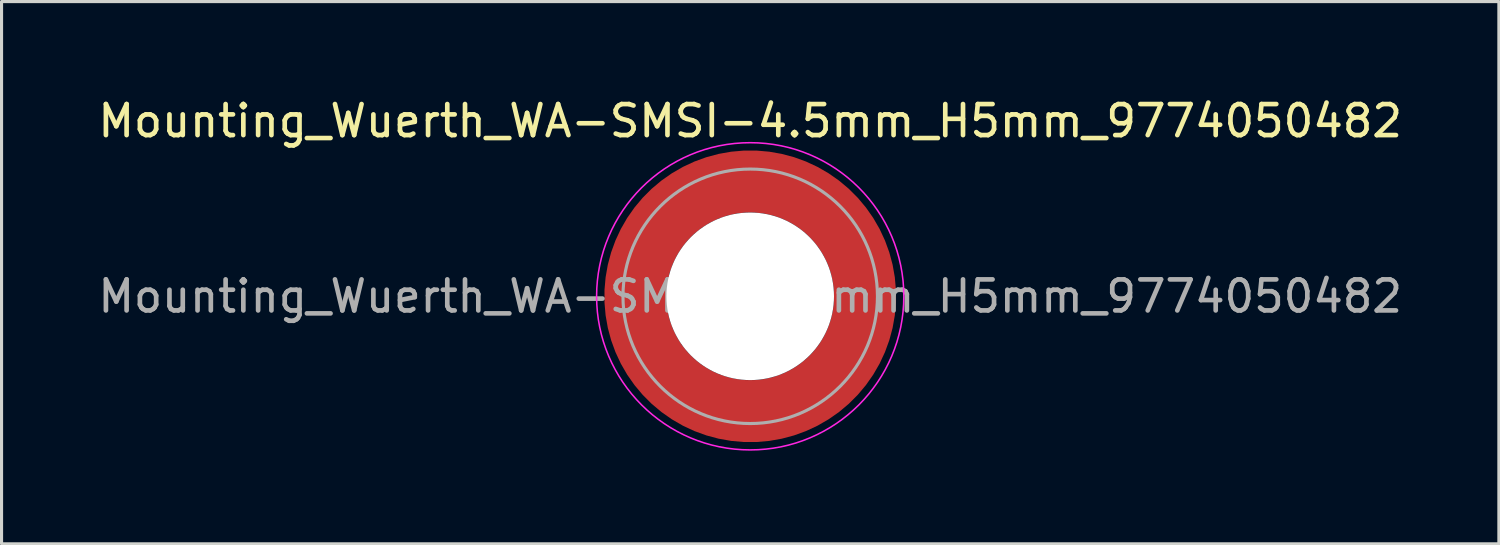
<source format=kicad_pcb>
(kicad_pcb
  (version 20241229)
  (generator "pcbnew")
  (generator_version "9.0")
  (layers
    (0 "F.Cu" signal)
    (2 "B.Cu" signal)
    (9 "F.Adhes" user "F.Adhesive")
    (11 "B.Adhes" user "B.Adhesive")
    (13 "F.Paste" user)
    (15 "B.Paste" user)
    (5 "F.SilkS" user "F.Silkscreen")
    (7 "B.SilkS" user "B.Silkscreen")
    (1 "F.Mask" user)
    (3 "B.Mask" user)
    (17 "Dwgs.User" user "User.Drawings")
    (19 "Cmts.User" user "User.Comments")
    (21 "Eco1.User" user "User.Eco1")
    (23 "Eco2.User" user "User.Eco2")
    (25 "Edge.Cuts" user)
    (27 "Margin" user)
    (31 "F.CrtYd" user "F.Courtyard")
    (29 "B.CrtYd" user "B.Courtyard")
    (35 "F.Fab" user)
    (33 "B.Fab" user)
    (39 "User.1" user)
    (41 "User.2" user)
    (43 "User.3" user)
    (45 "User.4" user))
  (footprint "Mounting_Wuerth_WA-SMSI-4.5mm_H5mm_9774050482"
    (layer "F.Cu")
    (at 21.125 6.498)
    (property "Reference" "Mounting_Wuerth_WA-SMSI-4.5mm_H5mm_9774050482" (at 0 -5.65 0) (layer "F.SilkS") (effects (font (size 1 1) (thickness 0.15))))
    (attr smd allow_soldermask_bridges)
    (fp_circle (center 0 0) (end 4.95 0) (stroke (width 0.05) (type solid)) (fill no) (layer "F.CrtYd"))
    (fp_circle (center 0 0) (end 4.1 0) (stroke (width 0.1) (type solid)) (fill no) (layer "F.Fab"))
    (fp_text user "${REFERENCE}" (at 0 0 0) (layer "F.Fab") (effects (font (size 1 1) (thickness 0.15))))
    (pad "" smd custom (at -2.607 -2.607) (size 0.948 0.948) (layers "F.Paste") (options (anchor circle)) (primitives (gr_arc (start -0.188183 2.107456) (mid 0.599273 0.599273) (end 2.107456 -0.188183) (width 0.2)) (gr_arc (start -0.289416 2.107456) (mid 0.52877 0.52877) (end 2.107456 -0.289416) (width 0.2)) (gr_arc (start -0.390547 2.107456) (mid 0.458268 0.458268) (end 2.107456 -0.390547) (width 0.2)) (gr_arc (start -0.491585 2.107456) (mid 0.387765 0.387765) (end 2.107456 -0.491585) (width 0.2)) (gr_arc (start -0.59254 2.107456) (mid 0.317262 0.317262) (end 2.107456 -0.59254) (width 0.2)) (gr_arc (start -0.693419 2.107456) (mid 0.246759 0.246759) (end 2.107456 -0.693419) (width 0.2)) (gr_arc (start -0.794229 2.107456) (mid 0.176257 0.176257) (end 2.107456 -0.794229) (width 0.2)) (gr_arc (start -0.894975 2.107456) (mid 0.105754 0.105754) (end 2.107456 -0.894975) (width 0.2)) (gr_arc (start -0.995664 2.107456) (mid 0.035251 0.035251) (end 2.107456 -0.995664) (width 0.2)) (gr_arc (start -1.0963 2.107456) (mid -0.035251 -0.035251) (end 2.107456 -1.0963) (width 0.2)) (gr_arc (start -1.196886 2.107456) (mid -0.105754 -0.105754) (end 2.107456 -1.196886) (width 0.2)) (gr_arc (start -1.297427 2.107456) (mid -0.176257 -0.176257) (end 2.107456 -1.297427) (width 0.2)) (gr_arc (start -1.397927 2.107456) (mid -0.246759 -0.246759) (end 2.107456 -1.397927) (width 0.2)) (gr_arc (start -1.498388 2.107456) (mid -0.317262 -0.317262) (end 2.107456 -1.498388) (width 0.2)) (gr_arc (start -1.598813 2.107456) (mid -0.387765 -0.387765) (end 2.107456 -1.598813) (width 0.2)) (gr_arc (start -1.699204 2.107456) (mid -0.458268 -0.458268) (end 2.107456 -1.699204) (width 0.2)) (gr_arc (start -1.799565 2.107456) (mid -0.52877 -0.52877) (end 2.107456 -1.799565) (width 0.2)) (gr_arc (start -1.899896 2.107456) (mid -0.599273 -0.599273) (end 2.107456 -1.899896) (width 0.2)) (gr_arc (start -1.899896 2.107456) (mid -0.599273 -0.599273) (end 2.107456 -1.899896) (width 0.2)) (gr_line (start 2.107 -0.188) (end 2.107 -1.9) (width 0.2)) (gr_line (start -0.188 2.107) (end -1.9 2.107) (width 0.2))))
    (pad "" smd custom (at -2.607 2.607) (size 0.948 0.948) (layers "F.Paste") (options (anchor circle)) (primitives (gr_arc (start 2.107456 0.188183) (mid 0.599273 -0.599273) (end -0.188183 -2.107456) (width 0.2)) (gr_arc (start 2.107456 0.289416) (mid 0.52877 -0.52877) (end -0.289416 -2.107456) (width 0.2)) (gr_arc (start 2.107456 0.390547) (mid 0.458268 -0.458268) (end -0.390547 -2.107456) (width 0.2)) (gr_arc (start 2.107456 0.491585) (mid 0.387765 -0.387765) (end -0.491585 -2.107456) (width 0.2)) (gr_arc (start 2.107456 0.59254) (mid 0.317262 -0.317262) (end -0.59254 -2.107456) (width 0.2)) (gr_arc (start 2.107456 0.693419) (mid 0.246759 -0.246759) (end -0.693419 -2.107456) (width 0.2)) (gr_arc (start 2.107456 0.794229) (mid 0.176257 -0.176257) (end -0.794229 -2.107456) (width 0.2)) (gr_arc (start 2.107456 0.894975) (mid 0.105754 -0.105754) (end -0.894975 -2.107456) (width 0.2)) (gr_arc (start 2.107456 0.995664) (mid 0.035251 -0.035251) (end -0.995664 -2.107456) (width 0.2)) (gr_arc (start 2.107456 1.0963) (mid -0.035251 0.035251) (end -1.0963 -2.107456) (width 0.2)) (gr_arc (start 2.107456 1.196886) (mid -0.105754 0.105754) (end -1.196886 -2.107456) (width 0.2)) (gr_arc (start 2.107456 1.297427) (mid -0.176257 0.176257) (end -1.297427 -2.107456) (width 0.2)) (gr_arc (start 2.107456 1.397927) (mid -0.246759 0.246759) (end -1.397927 -2.107456) (width 0.2)) (gr_arc (start 2.107456 1.498388) (mid -0.317262 0.317262) (end -1.498388 -2.107456) (width 0.2)) (gr_arc (start 2.107456 1.598813) (mid -0.387765 0.387765) (end -1.598813 -2.107456) (width 0.2)) (gr_arc (start 2.107456 1.699204) (mid -0.458268 0.458268) (end -1.699204 -2.107456) (width 0.2)) (gr_arc (start 2.107456 1.799565) (mid -0.52877 0.52877) (end -1.799565 -2.107456) (width 0.2)) (gr_arc (start 2.107456 1.899896) (mid -0.599273 0.599273) (end -1.899896 -2.107456) (width 0.2)) (gr_arc (start 2.107456 1.899896) (mid -0.599273 0.599273) (end -1.899896 -2.107456) (width 0.2)) (gr_line (start -0.188 -2.107) (end -1.9 -2.107) (width 0.2)) (gr_line (start 2.107 0.188) (end 2.107 1.9) (width 0.2))))
    (pad "" np_thru_hole circle (at 0 0) (size 5.4 5.4) (drill 5.4) (layers "*.Cu" "*.Mask"))
    (pad "" smd custom (at 2.607 -2.607) (size 0.948 0.948) (layers "F.Paste") (options (anchor circle)) (primitives (gr_arc (start -2.107456 -0.188183) (mid -0.599273 0.599273) (end 0.188183 2.107456) (width 0.2)) (gr_arc (start -2.107456 -0.289416) (mid -0.52877 0.52877) (end 0.289416 2.107456) (width 0.2)) (gr_arc (start -2.107456 -0.390547) (mid -0.458268 0.458268) (end 0.390547 2.107456) (width 0.2)) (gr_arc (start -2.107456 -0.491585) (mid -0.387765 0.387765) (end 0.491585 2.107456) (width 0.2)) (gr_arc (start -2.107456 -0.59254) (mid -0.317262 0.317262) (end 0.59254 2.107456) (width 0.2)) (gr_arc (start -2.107456 -0.693419) (mid -0.246759 0.246759) (end 0.693419 2.107456) (width 0.2)) (gr_arc (start -2.107456 -0.794229) (mid -0.176257 0.176257) (end 0.794229 2.107456) (width 0.2)) (gr_arc (start -2.107456 -0.894975) (mid -0.105754 0.105754) (end 0.894975 2.107456) (width 0.2)) (gr_arc (start -2.107456 -0.995664) (mid -0.035251 0.035251) (end 0.995664 2.107456) (width 0.2)) (gr_arc (start -2.107456 -1.0963) (mid 0.035251 -0.035251) (end 1.0963 2.107456) (width 0.2)) (gr_arc (start -2.107456 -1.196886) (mid 0.105754 -0.105754) (end 1.196886 2.107456) (width 0.2)) (gr_arc (start -2.107456 -1.297427) (mid 0.176257 -0.176257) (end 1.297427 2.107456) (width 0.2)) (gr_arc (start -2.107456 -1.397927) (mid 0.246759 -0.246759) (end 1.397927 2.107456) (width 0.2)) (gr_arc (start -2.107456 -1.498388) (mid 0.317262 -0.317262) (end 1.498388 2.107456) (width 0.2)) (gr_arc (start -2.107456 -1.598813) (mid 0.387765 -0.387765) (end 1.598813 2.107456) (width 0.2)) (gr_arc (start -2.107456 -1.699204) (mid 0.458268 -0.458268) (end 1.699204 2.107456) (width 0.2)) (gr_arc (start -2.107456 -1.799565) (mid 0.52877 -0.52877) (end 1.799565 2.107456) (width 0.2)) (gr_arc (start -2.107456 -1.899896) (mid 0.599273 -0.599273) (end 1.899896 2.107456) (width 0.2)) (gr_arc (start -2.107456 -1.899896) (mid 0.599273 -0.599273) (end 1.899896 2.107456) (width 0.2)) (gr_line (start 0.188 2.107) (end 1.9 2.107) (width 0.2)) (gr_line (start -2.107 -0.188) (end -2.107 -1.9) (width 0.2))))
    (pad "" smd custom (at 2.607 2.607) (size 0.948 0.948) (layers "F.Paste") (options (anchor circle)) (primitives (gr_arc (start 0.188183 -2.107456) (mid -0.599273 -0.599273) (end -2.107456 0.188183) (width 0.2)) (gr_arc (start 0.289416 -2.107456) (mid -0.52877 -0.52877) (end -2.107456 0.289416) (width 0.2)) (gr_arc (start 0.390547 -2.107456) (mid -0.458268 -0.458268) (end -2.107456 0.390547) (width 0.2)) (gr_arc (start 0.491585 -2.107456) (mid -0.387765 -0.387765) (end -2.107456 0.491585) (width 0.2)) (gr_arc (start 0.59254 -2.107456) (mid -0.317262 -0.317262) (end -2.107456 0.59254) (width 0.2)) (gr_arc (start 0.693419 -2.107456) (mid -0.246759 -0.246759) (end -2.107456 0.693419) (width 0.2)) (gr_arc (start 0.794229 -2.107456) (mid -0.176257 -0.176257) (end -2.107456 0.794229) (width 0.2)) (gr_arc (start 0.894975 -2.107456) (mid -0.105754 -0.105754) (end -2.107456 0.894975) (width 0.2)) (gr_arc (start 0.995664 -2.107456) (mid -0.035251 -0.035251) (end -2.107456 0.995664) (width 0.2)) (gr_arc (start 1.0963 -2.107456) (mid 0.035251 0.035251) (end -2.107456 1.0963) (width 0.2)) (gr_arc (start 1.196886 -2.107456) (mid 0.105754 0.105754) (end -2.107456 1.196886) (width 0.2)) (gr_arc (start 1.297427 -2.107456) (mid 0.176257 0.176257) (end -2.107456 1.297427) (width 0.2)) (gr_arc (start 1.397927 -2.107456) (mid 0.246759 0.246759) (end -2.107456 1.397927) (width 0.2)) (gr_arc (start 1.498388 -2.107456) (mid 0.317262 0.317262) (end -2.107456 1.498388) (width 0.2)) (gr_arc (start 1.598813 -2.107456) (mid 0.387765 0.387765) (end -2.107456 1.598813) (width 0.2)) (gr_arc (start 1.699204 -2.107456) (mid 0.458268 0.458268) (end -2.107456 1.699204) (width 0.2)) (gr_arc (start 1.799565 -2.107456) (mid 0.52877 0.52877) (end -2.107456 1.799565) (width 0.2)) (gr_arc (start 1.899896 -2.107456) (mid 0.599273 0.599273) (end -2.107456 1.899896) (width 0.2)) (gr_arc (start 1.899896 -2.107456) (mid 0.599273 0.599273) (end -2.107456 1.899896) (width 0.2)) (gr_line (start -2.107 0.188) (end -2.107 1.9) (width 0.2)) (gr_line (start 0.188 -2.107) (end 1.9 -2.107) (width 0.2))))
    (pad "1" smd circle (at -3.7 0) (size 1.492 1.492) (layers "F.Cu"))
    (pad "1" smd circle (at 0 -3.7) (size 1.492 1.492) (layers "F.Cu"))
    (pad "1" smd circle (at 0 3.7) (size 1.492 1.492) (layers "F.Cu"))
    (pad "1" smd custom (at 3.7 0) (size 2 2) (layers "F.Cu" "F.Mask") (options (anchor circle)) (primitives (gr_circle (center -3.7 0) (end 0 0) (width 2) (fill no)))))
  (gr_rect
    (start -3 -3)
    (end 45.25 14.473)
    (stroke (width 0.1) (type default))
    (fill no)
    (layer "Edge.Cuts")))
</source>
